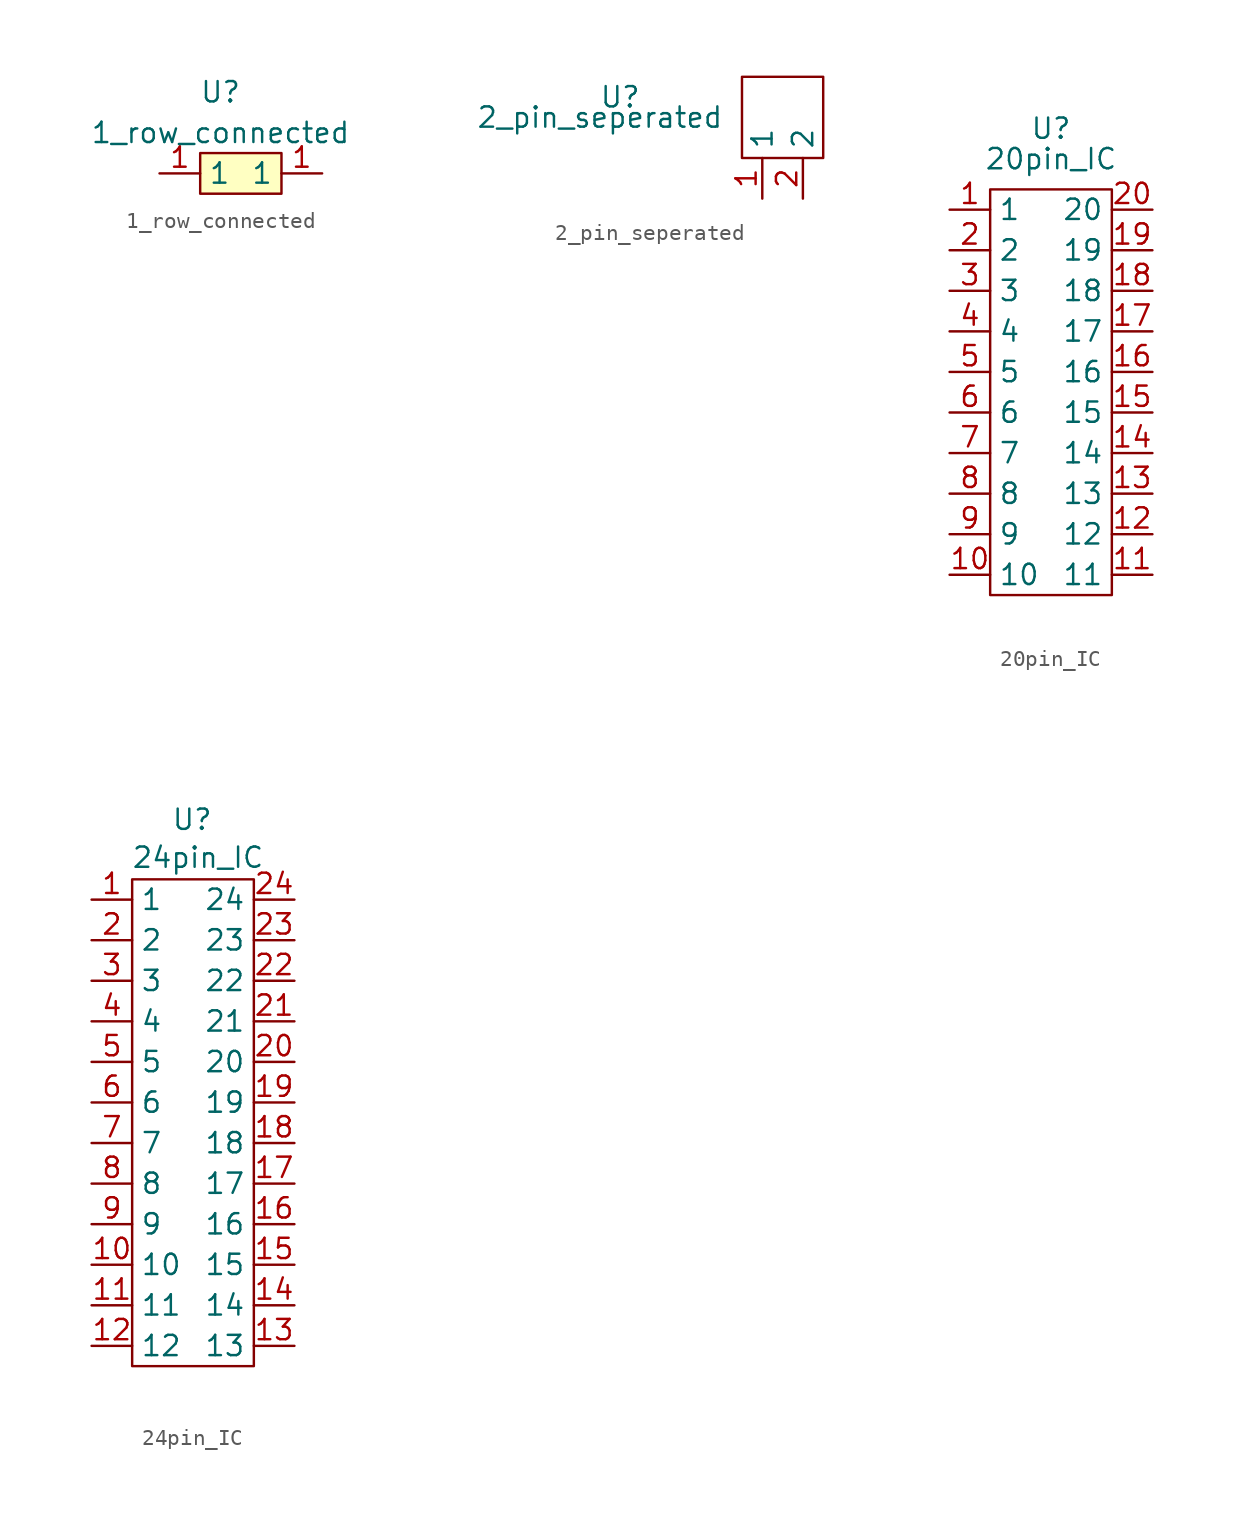
<source format=kicad_sym>
(kicad_symbol_lib
  (version 20211014)
  (generator kicad_symbol_editor)
  (symbol "1_row_connected"
    (property "Reference" "U"
      (at -1.27 5.08 0)
      (effects (font (size 1.27 1.27))))
    (property "Value" "1_row_connected"
      (at -1.27 2.54 0)
      (effects (font (size 1.27 1.27))))
    (symbol "1_row_connected_0_1"
      (rectangle (start -2.54 1.27) (end 2.54 -1.27) (stroke (width 0) (type default) (color 0 0 0 0)) (fill (type background))))
    (symbol "1_row_connected_1_1"
      (pin bidirectional line (at -5.08 0 0) (length 2.54) (name "1" (effects (font (size 1.27 1.27)))) (number "1" (effects (font (size 1.27 1.27)))))
      (pin bidirectional line (at 5.08 0 180) (length 2.54) (name "1" (effects (font (size 1.27 1.27)))) (number "1" (effects (font (size 1.27 1.27)))))))
  (symbol "2_pin_seperated"
    (property "Reference" "U"
      (at -8.89 1.27 0)
      (effects (font (size 1.27 1.27))))
    (property "Value" "2_pin_seperated"
      (at -10.16 0 0)
      (effects (font (size 1.27 1.27))))
    (symbol "2_pin_seperated_0_1"
      (rectangle (start -1.27 2.54) (end 3.81 -2.54) (stroke (width 0) (type default) (color 0 0 0 0)) (fill (type none))))
    (symbol "2_pin_seperated_1_1"
      (pin bidirectional line (at 0 -5.08 90) (length 2.54) (name "1" (effects (font (size 1.27 1.27)))) (number "1" (effects (font (size 1.27 1.27)))))
      (pin bidirectional line (at 2.54 -5.08 90) (length 2.54) (name "2" (effects (font (size 1.27 1.27)))) (number "2" (effects (font (size 1.27 1.27)))))))
  (symbol "20pin_IC"
    (property "Reference" "U"
      (at 3.81 3.81 0)
      (effects (font (size 1.27 1.27))))
    (property "Value" "20pin_IC"
      (at 3.81 1.905 0)
      (effects (font (size 1.27 1.27))))
    (symbol "20pin_IC_0_1"
      (rectangle (start 0 0) (end 7.62 -25.4) (stroke (width 0) (type default) (color 0 0 0 0)) (fill (type none))))
    (symbol "20pin_IC_1_1"
      (pin bidirectional line (at -2.54 -1.27 0) (length 2.54) (name "1" (effects (font (size 1.27 1.27)))) (number "1" (effects (font (size 1.27 1.27)))))
      (pin bidirectional line (at -2.54 -24.13 0) (length 2.54) (name "10" (effects (font (size 1.27 1.27)))) (number "10" (effects (font (size 1.27 1.27)))))
      (pin bidirectional line (at 10.16 -24.13 180) (length 2.54) (name "11" (effects (font (size 1.27 1.27)))) (number "11" (effects (font (size 1.27 1.27)))))
      (pin bidirectional line (at 10.16 -21.59 180) (length 2.54) (name "12" (effects (font (size 1.27 1.27)))) (number "12" (effects (font (size 1.27 1.27)))))
      (pin bidirectional line (at 10.16 -19.05 180) (length 2.54) (name "13" (effects (font (size 1.27 1.27)))) (number "13" (effects (font (size 1.27 1.27)))))
      (pin bidirectional line (at 10.16 -16.51 180) (length 2.54) (name "14" (effects (font (size 1.27 1.27)))) (number "14" (effects (font (size 1.27 1.27)))))
      (pin bidirectional line (at 10.16 -13.97 180) (length 2.54) (name "15" (effects (font (size 1.27 1.27)))) (number "15" (effects (font (size 1.27 1.27)))))
      (pin bidirectional line (at 10.16 -11.43 180) (length 2.54) (name "16" (effects (font (size 1.27 1.27)))) (number "16" (effects (font (size 1.27 1.27)))))
      (pin bidirectional line (at 10.16 -8.89 180) (length 2.54) (name "17" (effects (font (size 1.27 1.27)))) (number "17" (effects (font (size 1.27 1.27)))))
      (pin bidirectional line (at 10.16 -6.35 180) (length 2.54) (name "18" (effects (font (size 1.27 1.27)))) (number "18" (effects (font (size 1.27 1.27)))))
      (pin bidirectional line (at 10.16 -3.81 180) (length 2.54) (name "19" (effects (font (size 1.27 1.27)))) (number "19" (effects (font (size 1.27 1.27)))))
      (pin bidirectional line (at -2.54 -3.81 0) (length 2.54) (name "2" (effects (font (size 1.27 1.27)))) (number "2" (effects (font (size 1.27 1.27)))))
      (pin bidirectional line (at 10.16 -1.27 180) (length 2.54) (name "20" (effects (font (size 1.27 1.27)))) (number "20" (effects (font (size 1.27 1.27)))))
      (pin bidirectional line (at -2.54 -6.35 0) (length 2.54) (name "3" (effects (font (size 1.27 1.27)))) (number "3" (effects (font (size 1.27 1.27)))))
      (pin bidirectional line (at -2.54 -8.89 0) (length 2.54) (name "4" (effects (font (size 1.27 1.27)))) (number "4" (effects (font (size 1.27 1.27)))))
      (pin bidirectional line (at -2.54 -11.43 0) (length 2.54) (name "5" (effects (font (size 1.27 1.27)))) (number "5" (effects (font (size 1.27 1.27)))))
      (pin bidirectional line (at -2.54 -13.97 0) (length 2.54) (name "6" (effects (font (size 1.27 1.27)))) (number "6" (effects (font (size 1.27 1.27)))))
      (pin bidirectional line (at -2.54 -16.51 0) (length 2.54) (name "7" (effects (font (size 1.27 1.27)))) (number "7" (effects (font (size 1.27 1.27)))))
      (pin bidirectional line (at -2.54 -19.05 0) (length 2.54) (name "8" (effects (font (size 1.27 1.27)))) (number "8" (effects (font (size 1.27 1.27)))))
      (pin bidirectional line (at -2.54 -21.59 0) (length 2.54) (name "9" (effects (font (size 1.27 1.27)))) (number "9" (effects (font (size 1.27 1.27)))))))
  (symbol "24pin_IC"
    (property "Reference" "U"
      (at -0.052 5.011 0)
      (effects (font (size 1.27 1.27))))
    (property "Value" "24pin_IC"
      (at 0.313 2.636 0)
      (effects (font (size 1.27 1.27))))
    (symbol "24pin_IC_0_1"
      (rectangle (start -3.81 1.27) (end 3.81 -29.21) (stroke (width 0) (type default) (color 0 0 0 0)) (fill (type none))))
    (symbol "24pin_IC_1_1"
      (pin bidirectional line (at -6.35 0 0) (length 2.54) (name "1" (effects (font (size 1.27 1.27)))) (number "1" (effects (font (size 1.27 1.27)))))
      (pin bidirectional line (at -6.35 -22.86 0) (length 2.54) (name "10" (effects (font (size 1.27 1.27)))) (number "10" (effects (font (size 1.27 1.27)))))
      (pin bidirectional line (at -6.35 -25.4 0) (length 2.54) (name "11" (effects (font (size 1.27 1.27)))) (number "11" (effects (font (size 1.27 1.27)))))
      (pin bidirectional line (at -6.35 -27.94 0) (length 2.54) (name "12" (effects (font (size 1.27 1.27)))) (number "12" (effects (font (size 1.27 1.27)))))
      (pin bidirectional line (at 6.35 -27.94 180) (length 2.54) (name "13" (effects (font (size 1.27 1.27)))) (number "13" (effects (font (size 1.27 1.27)))))
      (pin bidirectional line (at 6.35 -25.4 180) (length 2.54) (name "14" (effects (font (size 1.27 1.27)))) (number "14" (effects (font (size 1.27 1.27)))))
      (pin bidirectional line (at 6.35 -22.86 180) (length 2.54) (name "15" (effects (font (size 1.27 1.27)))) (number "15" (effects (font (size 1.27 1.27)))))
      (pin bidirectional line (at 6.35 -20.32 180) (length 2.54) (name "16" (effects (font (size 1.27 1.27)))) (number "16" (effects (font (size 1.27 1.27)))))
      (pin bidirectional line (at 6.35 -17.78 180) (length 2.54) (name "17" (effects (font (size 1.27 1.27)))) (number "17" (effects (font (size 1.27 1.27)))))
      (pin bidirectional line (at 6.35 -15.24 180) (length 2.54) (name "18" (effects (font (size 1.27 1.27)))) (number "18" (effects (font (size 1.27 1.27)))))
      (pin bidirectional line (at 6.35 -12.7 180) (length 2.54) (name "19" (effects (font (size 1.27 1.27)))) (number "19" (effects (font (size 1.27 1.27)))))
      (pin bidirectional line (at -6.35 -2.54 0) (length 2.54) (name "2" (effects (font (size 1.27 1.27)))) (number "2" (effects (font (size 1.27 1.27)))))
      (pin bidirectional line (at 6.35 -10.16 180) (length 2.54) (name "20" (effects (font (size 1.27 1.27)))) (number "20" (effects (font (size 1.27 1.27)))))
      (pin bidirectional line (at 6.35 -7.62 180) (length 2.54) (name "21" (effects (font (size 1.27 1.27)))) (number "21" (effects (font (size 1.27 1.27)))))
      (pin bidirectional line (at 6.35 -5.08 180) (length 2.54) (name "22" (effects (font (size 1.27 1.27)))) (number "22" (effects (font (size 1.27 1.27)))))
      (pin bidirectional line (at 6.35 -2.54 180) (length 2.54) (name "23" (effects (font (size 1.27 1.27)))) (number "23" (effects (font (size 1.27 1.27)))))
      (pin bidirectional line (at 6.35 0 180) (length 2.54) (name "24" (effects (font (size 1.27 1.27)))) (number "24" (effects (font (size 1.27 1.27)))))
      (pin bidirectional line (at -6.35 -5.08 0) (length 2.54) (name "3" (effects (font (size 1.27 1.27)))) (number "3" (effects (font (size 1.27 1.27)))))
      (pin bidirectional line (at -6.35 -7.62 0) (length 2.54) (name "4" (effects (font (size 1.27 1.27)))) (number "4" (effects (font (size 1.27 1.27)))))
      (pin bidirectional line (at -6.35 -10.16 0) (length 2.54) (name "5" (effects (font (size 1.27 1.27)))) (number "5" (effects (font (size 1.27 1.27)))))
      (pin bidirectional line (at -6.35 -12.7 0) (length 2.54) (name "6" (effects (font (size 1.27 1.27)))) (number "6" (effects (font (size 1.27 1.27)))))
      (pin bidirectional line (at -6.35 -15.24 0) (length 2.54) (name "7" (effects (font (size 1.27 1.27)))) (number "7" (effects (font (size 1.27 1.27)))))
      (pin bidirectional line (at -6.35 -17.78 0) (length 2.54) (name "8" (effects (font (size 1.27 1.27)))) (number "8" (effects (font (size 1.27 1.27)))))
      (pin bidirectional line (at -6.35 -20.32 0) (length 2.54) (name "9" (effects (font (size 1.27 1.27)))) (number "9" (effects (font (size 1.27 1.27))))))))
</source>
